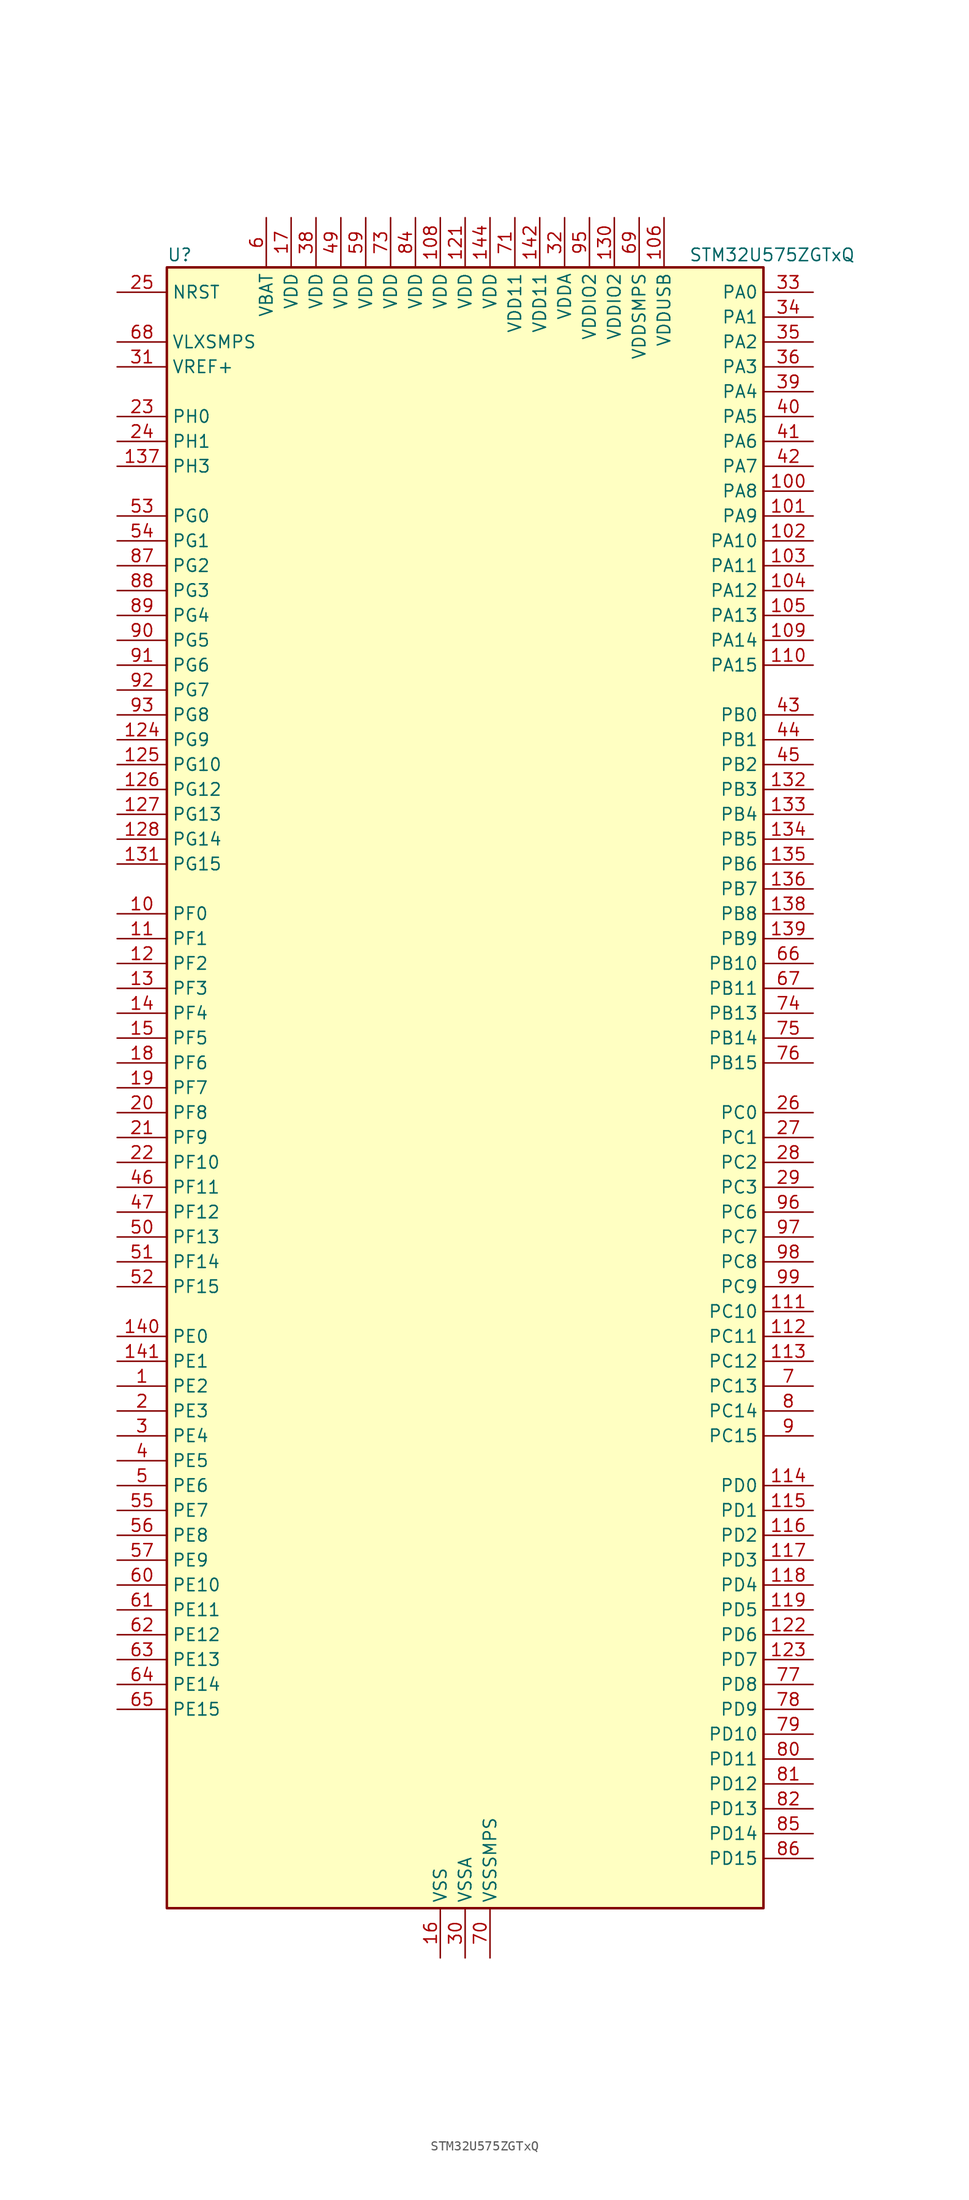
<source format=kicad_sym>
(kicad_symbol_lib
  (version 20220914)
  (generator kicad_symbol_editor)
  (symbol "STM32U575ZGTxQ"
    (property "Reference" "U"
      (at -30.48 85.09 0)
      (effects (font (size 1.27 1.27)) (justify left)))
    (property "Value" "STM32U575ZGTxQ"
      (at 22.86 85.09 0)
      (effects (font (size 1.27 1.27)) (justify left)))
    (property "ki_locked" ""
      (at 0 0 0)
      (effects (font (size 1.27 1.27))))
    (symbol "STM32U575ZGTxQ_0_1"
      (rectangle (start -30.48 -83.82) (end 30.48 83.82) (stroke (width 0.254) (type default)) (fill (type background))))
    (symbol "STM32U575ZGTxQ_1_1"
      (pin bidirectional line (at -35.56 -30.48 0) (length 5.08) (name "PE2" (effects (font (size 1.27 1.27)))) (number "1" (effects (font (size 1.27 1.27)))) (alternate "DEBUG_TRACECLK" bidirectional line) (alternate "FMC_A23" bidirectional line) (alternate "SAI1_CK1" bidirectional line) (alternate "SAI1_MCLK_A" bidirectional line) (alternate "TIM3_ETR" bidirectional line) (alternate "TSC_G7_IO1" bidirectional line))
      (pin bidirectional line (at -35.56 17.78 0) (length 5.08) (name "PF0" (effects (font (size 1.27 1.27)))) (number "10" (effects (font (size 1.27 1.27)))) (alternate "FMC_A0" bidirectional line) (alternate "I2C2_SDA" bidirectional line) (alternate "OCTOSPIM_P2_IO0" bidirectional line))
      (pin bidirectional line (at 35.56 60.96 180) (length 5.08) (name "PA8" (effects (font (size 1.27 1.27)))) (number "100" (effects (font (size 1.27 1.27)))) (alternate "DEBUG_TRACECLK" bidirectional line) (alternate "LPTIM2_CH1" bidirectional line) (alternate "RCC_MCO" bidirectional line) (alternate "SAI1_CK2" bidirectional line) (alternate "SAI1_SCK_A" bidirectional line) (alternate "SPI1_RDY" bidirectional line) (alternate "TIM1_CH1" bidirectional line) (alternate "USART1_CK" bidirectional line) (alternate "USB_OTG_FS_SOF" bidirectional line))
      (pin bidirectional line (at 35.56 58.42 180) (length 5.08) (name "PA9" (effects (font (size 1.27 1.27)))) (number "101" (effects (font (size 1.27 1.27)))) (alternate "DAC1_EXTI9" bidirectional line) (alternate "DCMI_D0" bidirectional line) (alternate "PSSI_D0" bidirectional line) (alternate "SAI1_FS_A" bidirectional line) (alternate "SPI2_SCK" bidirectional line) (alternate "TIM15_BKIN" bidirectional line) (alternate "TIM1_CH2" bidirectional line) (alternate "USART1_TX" bidirectional line) (alternate "USB_OTG_FS_VBUS" bidirectional line))
      (pin bidirectional line (at 35.56 55.88 180) (length 5.08) (name "PA10" (effects (font (size 1.27 1.27)))) (number "102" (effects (font (size 1.27 1.27)))) (alternate "CRS_SYNC" bidirectional line) (alternate "DCMI_D1" bidirectional line) (alternate "LPTIM2_IN2" bidirectional line) (alternate "PSSI_D1" bidirectional line) (alternate "SAI1_D1" bidirectional line) (alternate "SAI1_SD_A" bidirectional line) (alternate "TIM17_BKIN" bidirectional line) (alternate "TIM1_CH3" bidirectional line) (alternate "USART1_RX" bidirectional line) (alternate "USB_OTG_FS_ID" bidirectional line))
      (pin bidirectional line (at 35.56 53.34 180) (length 5.08) (name "PA11" (effects (font (size 1.27 1.27)))) (number "103" (effects (font (size 1.27 1.27)))) (alternate "ADC1_EXTI11" bidirectional line) (alternate "FDCAN1_RX" bidirectional line) (alternate "SPI1_MISO" bidirectional line) (alternate "TIM1_BKIN2" bidirectional line) (alternate "TIM1_CH4" bidirectional line) (alternate "USART1_CTS" bidirectional line) (alternate "USB_OTG_FS_DM" bidirectional line))
      (pin bidirectional line (at 35.56 50.8 180) (length 5.08) (name "PA12" (effects (font (size 1.27 1.27)))) (number "104" (effects (font (size 1.27 1.27)))) (alternate "FDCAN1_TX" bidirectional line) (alternate "OCTOSPIM_P2_NCS" bidirectional line) (alternate "SPI1_MOSI" bidirectional line) (alternate "TIM1_ETR" bidirectional line) (alternate "USART1_DE" bidirectional line) (alternate "USART1_RTS" bidirectional line) (alternate "USB_OTG_FS_DP" bidirectional line))
      (pin bidirectional line (at 35.56 48.26 180) (length 5.08) (name "PA13" (effects (font (size 1.27 1.27)))) (number "105" (effects (font (size 1.27 1.27)))) (alternate "DEBUG_JTMS-SWDIO" bidirectional line) (alternate "IR_OUT" bidirectional line) (alternate "SAI1_SD_B" bidirectional line) (alternate "USB_OTG_FS_NOE" bidirectional line))
      (pin power_in line (at 20.32 88.9 270) (length 5.08) (name "VDDUSB" (effects (font (size 1.27 1.27)))) (number "106" (effects (font (size 1.27 1.27)))))
      (pin passive line (at -2.54 -88.9 90) (length 5.08) hide (name "VSS" (effects (font (size 1.27 1.27)))) (number "107" (effects (font (size 1.27 1.27)))))
      (pin power_in line (at -2.54 88.9 270) (length 5.08) (name "VDD" (effects (font (size 1.27 1.27)))) (number "108" (effects (font (size 1.27 1.27)))))
      (pin bidirectional line (at 35.56 45.72 180) (length 5.08) (name "PA14" (effects (font (size 1.27 1.27)))) (number "109" (effects (font (size 1.27 1.27)))) (alternate "DEBUG_JTCK-SWCLK" bidirectional line) (alternate "I2C1_SMBA" bidirectional line) (alternate "I2C4_SMBA" bidirectional line) (alternate "LPTIM1_CH1" bidirectional line) (alternate "SAI1_FS_B" bidirectional line) (alternate "USB_OTG_FS_SOF" bidirectional line))
      (pin bidirectional line (at -35.56 15.24 0) (length 5.08) (name "PF1" (effects (font (size 1.27 1.27)))) (number "11" (effects (font (size 1.27 1.27)))) (alternate "FMC_A1" bidirectional line) (alternate "I2C2_SCL" bidirectional line) (alternate "OCTOSPIM_P2_IO1" bidirectional line))
      (pin bidirectional line (at 35.56 43.18 180) (length 5.08) (name "PA15" (effects (font (size 1.27 1.27)))) (number "110" (effects (font (size 1.27 1.27)))) (alternate "ADC1_EXTI15" bidirectional line) (alternate "ADC4_EXTI15" bidirectional line) (alternate "DEBUG_JTDI" bidirectional line) (alternate "SAI2_FS_B" bidirectional line) (alternate "SPI1_NSS" bidirectional line) (alternate "SPI3_NSS" bidirectional line) (alternate "TIM2_CH1" bidirectional line) (alternate "TIM2_ETR" bidirectional line) (alternate "UART4_DE" bidirectional line) (alternate "UART4_RTS" bidirectional line) (alternate "UCPD1_CC1" bidirectional line) (alternate "USART2_RX" bidirectional line) (alternate "USART3_DE" bidirectional line) (alternate "USART3_RTS" bidirectional line))
      (pin bidirectional line (at 35.56 -22.86 180) (length 5.08) (name "PC10" (effects (font (size 1.27 1.27)))) (number "111" (effects (font (size 1.27 1.27)))) (alternate "ADF1_CCK1" bidirectional line) (alternate "DCMI_D8" bidirectional line) (alternate "DEBUG_TRACED1" bidirectional line) (alternate "LPTIM3_ETR" bidirectional line) (alternate "PSSI_D8" bidirectional line) (alternate "SAI2_SCK_B" bidirectional line) (alternate "SDMMC1_D2" bidirectional line) (alternate "SPI3_SCK" bidirectional line) (alternate "TSC_G3_IO2" bidirectional line) (alternate "UART4_TX" bidirectional line) (alternate "USART3_TX" bidirectional line))
      (pin bidirectional line (at 35.56 -25.4 180) (length 5.08) (name "PC11" (effects (font (size 1.27 1.27)))) (number "112" (effects (font (size 1.27 1.27)))) (alternate "ADC1_EXTI11" bidirectional line) (alternate "ADF1_SDI0" bidirectional line) (alternate "DCMI_D2" bidirectional line) (alternate "DCMI_D4" bidirectional line) (alternate "LPTIM3_IN1" bidirectional line) (alternate "OCTOSPIM_P1_NCS" bidirectional line) (alternate "PSSI_D2" bidirectional line) (alternate "PSSI_D4" bidirectional line) (alternate "SAI2_MCLK_B" bidirectional line) (alternate "SDMMC1_D3" bidirectional line) (alternate "SPI3_MISO" bidirectional line) (alternate "TSC_G3_IO3" bidirectional line) (alternate "UART4_RX" bidirectional line) (alternate "UCPD1_FRSTX2" bidirectional line) (alternate "USART3_RX" bidirectional line))
      (pin bidirectional line (at 35.56 -27.94 180) (length 5.08) (name "PC12" (effects (font (size 1.27 1.27)))) (number "113" (effects (font (size 1.27 1.27)))) (alternate "DCMI_D9" bidirectional line) (alternate "DEBUG_TRACED3" bidirectional line) (alternate "PSSI_D9" bidirectional line) (alternate "SAI2_SD_B" bidirectional line) (alternate "SDMMC1_CK" bidirectional line) (alternate "SPI3_MOSI" bidirectional line) (alternate "TSC_G3_IO4" bidirectional line) (alternate "UART5_TX" bidirectional line) (alternate "USART3_CK" bidirectional line))
      (pin bidirectional line (at 35.56 -40.64 180) (length 5.08) (name "PD0" (effects (font (size 1.27 1.27)))) (number "114" (effects (font (size 1.27 1.27)))) (alternate "FDCAN1_RX" bidirectional line) (alternate "FMC_D2" bidirectional line) (alternate "FMC_DA2" bidirectional line) (alternate "SPI2_NSS" bidirectional line) (alternate "TIM8_CH4N" bidirectional line))
      (pin bidirectional line (at 35.56 -43.18 180) (length 5.08) (name "PD1" (effects (font (size 1.27 1.27)))) (number "115" (effects (font (size 1.27 1.27)))) (alternate "FDCAN1_TX" bidirectional line) (alternate "FMC_D3" bidirectional line) (alternate "FMC_DA3" bidirectional line) (alternate "SPI2_SCK" bidirectional line))
      (pin bidirectional line (at 35.56 -45.72 180) (length 5.08) (name "PD2" (effects (font (size 1.27 1.27)))) (number "116" (effects (font (size 1.27 1.27)))) (alternate "DCMI_D11" bidirectional line) (alternate "DEBUG_TRACED2" bidirectional line) (alternate "LPTIM4_ETR" bidirectional line) (alternate "PSSI_D11" bidirectional line) (alternate "SDMMC1_CMD" bidirectional line) (alternate "TIM3_ETR" bidirectional line) (alternate "TSC_SYNC" bidirectional line) (alternate "UART5_RX" bidirectional line) (alternate "USART3_DE" bidirectional line) (alternate "USART3_RTS" bidirectional line))
      (pin bidirectional line (at 35.56 -48.26 180) (length 5.08) (name "PD3" (effects (font (size 1.27 1.27)))) (number "117" (effects (font (size 1.27 1.27)))) (alternate "DCMI_D5" bidirectional line) (alternate "FMC_CLK" bidirectional line) (alternate "MDF1_SDI0" bidirectional line) (alternate "OCTOSPIM_P2_NCS" bidirectional line) (alternate "PSSI_D5" bidirectional line) (alternate "SPI2_MISO" bidirectional line) (alternate "SPI2_SCK" bidirectional line) (alternate "USART2_CTS" bidirectional line))
      (pin bidirectional line (at 35.56 -50.8 180) (length 5.08) (name "PD4" (effects (font (size 1.27 1.27)))) (number "118" (effects (font (size 1.27 1.27)))) (alternate "FMC_NOE" bidirectional line) (alternate "MDF1_CKI0" bidirectional line) (alternate "OCTOSPIM_P1_IO4" bidirectional line) (alternate "SPI2_MOSI" bidirectional line) (alternate "USART2_DE" bidirectional line) (alternate "USART2_RTS" bidirectional line))
      (pin bidirectional line (at 35.56 -53.34 180) (length 5.08) (name "PD5" (effects (font (size 1.27 1.27)))) (number "119" (effects (font (size 1.27 1.27)))) (alternate "FMC_NWE" bidirectional line) (alternate "OCTOSPIM_P1_IO5" bidirectional line) (alternate "SPI2_RDY" bidirectional line) (alternate "USART2_TX" bidirectional line))
      (pin bidirectional line (at -35.56 12.7 0) (length 5.08) (name "PF2" (effects (font (size 1.27 1.27)))) (number "12" (effects (font (size 1.27 1.27)))) (alternate "FMC_A2" bidirectional line) (alternate "I2C2_SMBA" bidirectional line) (alternate "LPTIM3_CH2" bidirectional line) (alternate "OCTOSPIM_P2_IO2" bidirectional line) (alternate "PWR_WKUP8" bidirectional line))
      (pin passive line (at -2.54 -88.9 90) (length 5.08) hide (name "VSS" (effects (font (size 1.27 1.27)))) (number "120" (effects (font (size 1.27 1.27)))))
      (pin power_in line (at 0 88.9 270) (length 5.08) (name "VDD" (effects (font (size 1.27 1.27)))) (number "121" (effects (font (size 1.27 1.27)))))
      (pin bidirectional line (at 35.56 -55.88 180) (length 5.08) (name "PD6" (effects (font (size 1.27 1.27)))) (number "122" (effects (font (size 1.27 1.27)))) (alternate "DCMI_D10" bidirectional line) (alternate "FMC_NWAIT" bidirectional line) (alternate "MDF1_SDI1" bidirectional line) (alternate "OCTOSPIM_P1_IO6" bidirectional line) (alternate "PSSI_D10" bidirectional line) (alternate "SAI1_D1" bidirectional line) (alternate "SAI1_SD_A" bidirectional line) (alternate "SDMMC2_CK" bidirectional line) (alternate "SPI3_MOSI" bidirectional line) (alternate "USART2_RX" bidirectional line))
      (pin bidirectional line (at 35.56 -58.42 180) (length 5.08) (name "PD7" (effects (font (size 1.27 1.27)))) (number "123" (effects (font (size 1.27 1.27)))) (alternate "FMC_NCE" bidirectional line) (alternate "FMC_NE1" bidirectional line) (alternate "LPTIM4_OUT" bidirectional line) (alternate "MDF1_CKI1" bidirectional line) (alternate "OCTOSPIM_P1_IO7" bidirectional line) (alternate "SDMMC2_CMD" bidirectional line) (alternate "USART2_CK" bidirectional line))
      (pin bidirectional line (at -35.56 35.56 0) (length 5.08) (name "PG9" (effects (font (size 1.27 1.27)))) (number "124" (effects (font (size 1.27 1.27)))) (alternate "DAC1_EXTI9" bidirectional line) (alternate "FMC_NCE" bidirectional line) (alternate "FMC_NE2" bidirectional line) (alternate "OCTOSPIM_P2_IO6" bidirectional line) (alternate "SAI2_SCK_A" bidirectional line) (alternate "SPI3_SCK" bidirectional line) (alternate "TIM15_CH1N" bidirectional line) (alternate "USART1_TX" bidirectional line))
      (pin bidirectional line (at -35.56 33.02 0) (length 5.08) (name "PG10" (effects (font (size 1.27 1.27)))) (number "125" (effects (font (size 1.27 1.27)))) (alternate "FMC_NE3" bidirectional line) (alternate "LPTIM1_IN1" bidirectional line) (alternate "OCTOSPIM_P2_IO7" bidirectional line) (alternate "SAI2_FS_A" bidirectional line) (alternate "SPI3_MISO" bidirectional line) (alternate "TIM15_CH1" bidirectional line) (alternate "USART1_RX" bidirectional line))
      (pin bidirectional line (at -35.56 30.48 0) (length 5.08) (name "PG12" (effects (font (size 1.27 1.27)))) (number "126" (effects (font (size 1.27 1.27)))) (alternate "FMC_NE4" bidirectional line) (alternate "LPTIM1_ETR" bidirectional line) (alternate "OCTOSPIM_P2_NCS" bidirectional line) (alternate "SAI2_SD_A" bidirectional line) (alternate "SPI3_NSS" bidirectional line) (alternate "USART1_DE" bidirectional line) (alternate "USART1_RTS" bidirectional line))
      (pin bidirectional line (at -35.56 27.94 0) (length 5.08) (name "PG13" (effects (font (size 1.27 1.27)))) (number "127" (effects (font (size 1.27 1.27)))) (alternate "FMC_A24" bidirectional line) (alternate "I2C1_SDA" bidirectional line) (alternate "SPI3_RDY" bidirectional line) (alternate "USART1_CK" bidirectional line))
      (pin bidirectional line (at -35.56 25.4 0) (length 5.08) (name "PG14" (effects (font (size 1.27 1.27)))) (number "128" (effects (font (size 1.27 1.27)))) (alternate "FMC_A25" bidirectional line) (alternate "I2C1_SCL" bidirectional line) (alternate "LPTIM1_CH2" bidirectional line))
      (pin passive line (at -2.54 -88.9 90) (length 5.08) hide (name "VSS" (effects (font (size 1.27 1.27)))) (number "129" (effects (font (size 1.27 1.27)))))
      (pin bidirectional line (at -35.56 10.16 0) (length 5.08) (name "PF3" (effects (font (size 1.27 1.27)))) (number "13" (effects (font (size 1.27 1.27)))) (alternate "FMC_A3" bidirectional line) (alternate "LPTIM3_IN1" bidirectional line) (alternate "OCTOSPIM_P2_IO3" bidirectional line))
      (pin power_in line (at 15.24 88.9 270) (length 5.08) (name "VDDIO2" (effects (font (size 1.27 1.27)))) (number "130" (effects (font (size 1.27 1.27)))))
      (pin bidirectional line (at -35.56 22.86 0) (length 5.08) (name "PG15" (effects (font (size 1.27 1.27)))) (number "131" (effects (font (size 1.27 1.27)))) (alternate "ADC1_EXTI15" bidirectional line) (alternate "ADC4_EXTI15" bidirectional line) (alternate "DCMI_D13" bidirectional line) (alternate "I2C1_SMBA" bidirectional line) (alternate "LPTIM1_CH1" bidirectional line) (alternate "OCTOSPIM_P2_DQS" bidirectional line) (alternate "PSSI_D13" bidirectional line))
      (pin bidirectional line (at 35.56 30.48 180) (length 5.08) (name "PB3" (effects (font (size 1.27 1.27)))) (number "132" (effects (font (size 1.27 1.27)))) (alternate "ADF1_CCK0" bidirectional line) (alternate "COMP2_INM" bidirectional line) (alternate "CRS_SYNC" bidirectional line) (alternate "DEBUG_JTDO-SWO" bidirectional line) (alternate "I2C1_SDA" bidirectional line) (alternate "LPTIM1_CH1" bidirectional line) (alternate "SAI1_SCK_B" bidirectional line) (alternate "SDMMC2_D2" bidirectional line) (alternate "SPI1_SCK" bidirectional line) (alternate "SPI3_SCK" bidirectional line) (alternate "TIM2_CH2" bidirectional line) (alternate "USART1_DE" bidirectional line) (alternate "USART1_RTS" bidirectional line))
      (pin bidirectional line (at 35.56 27.94 180) (length 5.08) (name "PB4" (effects (font (size 1.27 1.27)))) (number "133" (effects (font (size 1.27 1.27)))) (alternate "ADF1_SDI0" bidirectional line) (alternate "COMP2_INP" bidirectional line) (alternate "DCMI_D12" bidirectional line) (alternate "DEBUG_JTRST" bidirectional line) (alternate "I2C3_SDA" bidirectional line) (alternate "LPTIM1_CH2" bidirectional line) (alternate "PSSI_D12" bidirectional line) (alternate "SAI1_MCLK_B" bidirectional line) (alternate "SDMMC2_D3" bidirectional line) (alternate "SPI1_MISO" bidirectional line) (alternate "SPI3_MISO" bidirectional line) (alternate "TIM17_BKIN" bidirectional line) (alternate "TIM3_CH1" bidirectional line) (alternate "TSC_G2_IO1" bidirectional line) (alternate "UART5_DE" bidirectional line) (alternate "UART5_RTS" bidirectional line) (alternate "USART1_CTS" bidirectional line))
      (pin bidirectional line (at 35.56 25.4 180) (length 5.08) (name "PB5" (effects (font (size 1.27 1.27)))) (number "134" (effects (font (size 1.27 1.27)))) (alternate "COMP2_OUT" bidirectional line) (alternate "DCMI_D10" bidirectional line) (alternate "I2C1_SMBA" bidirectional line) (alternate "LPTIM1_IN1" bidirectional line) (alternate "OCTOSPIM_P1_NCLK" bidirectional line) (alternate "PSSI_D10" bidirectional line) (alternate "PWR_WKUP6" bidirectional line) (alternate "SAI1_SD_B" bidirectional line) (alternate "SPI1_MOSI" bidirectional line) (alternate "SPI3_MOSI" bidirectional line) (alternate "TIM16_BKIN" bidirectional line) (alternate "TIM3_CH2" bidirectional line) (alternate "TSC_G2_IO2" bidirectional line) (alternate "UART5_CTS" bidirectional line) (alternate "UCPD1_DBCC1" bidirectional line) (alternate "USART1_CK" bidirectional line))
      (pin bidirectional line (at 35.56 22.86 180) (length 5.08) (name "PB6" (effects (font (size 1.27 1.27)))) (number "135" (effects (font (size 1.27 1.27)))) (alternate "COMP2_INP" bidirectional line) (alternate "DCMI_D5" bidirectional line) (alternate "I2C1_SCL" bidirectional line) (alternate "I2C4_SCL" bidirectional line) (alternate "LPTIM1_ETR" bidirectional line) (alternate "MDF1_SDI5" bidirectional line) (alternate "PSSI_D5" bidirectional line) (alternate "PWR_WKUP3" bidirectional line) (alternate "SAI1_FS_B" bidirectional line) (alternate "TIM16_CH1N" bidirectional line) (alternate "TIM4_CH1" bidirectional line) (alternate "TIM8_BKIN2" bidirectional line) (alternate "TSC_G2_IO3" bidirectional line) (alternate "USART1_TX" bidirectional line))
      (pin bidirectional line (at 35.56 20.32 180) (length 5.08) (name "PB7" (effects (font (size 1.27 1.27)))) (number "136" (effects (font (size 1.27 1.27)))) (alternate "COMP2_INM" bidirectional line) (alternate "DCMI_VSYNC" bidirectional line) (alternate "FMC_NL" bidirectional line) (alternate "I2C1_SDA" bidirectional line) (alternate "I2C4_SDA" bidirectional line) (alternate "LPTIM1_IN2" bidirectional line) (alternate "MDF1_CKI5" bidirectional line) (alternate "PSSI_RDY" bidirectional line) (alternate "PWR_PVD_IN" bidirectional line) (alternate "PWR_WKUP4" bidirectional line) (alternate "TIM17_CH1N" bidirectional line) (alternate "TIM4_CH2" bidirectional line) (alternate "TIM8_BKIN" bidirectional line) (alternate "TSC_G2_IO4" bidirectional line) (alternate "UART4_CTS" bidirectional line) (alternate "USART1_RX" bidirectional line))
      (pin bidirectional line (at -35.56 63.5 0) (length 5.08) (name "PH3" (effects (font (size 1.27 1.27)))) (number "137" (effects (font (size 1.27 1.27)))))
      (pin bidirectional line (at 35.56 17.78 180) (length 5.08) (name "PB8" (effects (font (size 1.27 1.27)))) (number "138" (effects (font (size 1.27 1.27)))) (alternate "DCMI_D6" bidirectional line) (alternate "FDCAN1_RX" bidirectional line) (alternate "I2C1_SCL" bidirectional line) (alternate "MDF1_CCK0" bidirectional line) (alternate "PSSI_D6" bidirectional line) (alternate "PWR_WKUP5" bidirectional line) (alternate "SAI1_CK1" bidirectional line) (alternate "SAI1_MCLK_A" bidirectional line) (alternate "SDMMC1_CKIN" bidirectional line) (alternate "SDMMC1_D4" bidirectional line) (alternate "SDMMC2_D4" bidirectional line) (alternate "SPI3_RDY" bidirectional line) (alternate "TIM16_CH1" bidirectional line) (alternate "TIM4_CH3" bidirectional line))
      (pin bidirectional line (at 35.56 15.24 180) (length 5.08) (name "PB9" (effects (font (size 1.27 1.27)))) (number "139" (effects (font (size 1.27 1.27)))) (alternate "DAC1_EXTI9" bidirectional line) (alternate "DCMI_D7" bidirectional line) (alternate "FDCAN1_TX" bidirectional line) (alternate "I2C1_SDA" bidirectional line) (alternate "IR_OUT" bidirectional line) (alternate "PSSI_D7" bidirectional line) (alternate "SAI1_D2" bidirectional line) (alternate "SAI1_FS_A" bidirectional line) (alternate "SDMMC1_CDIR" bidirectional line) (alternate "SDMMC1_D5" bidirectional line) (alternate "SDMMC2_D5" bidirectional line) (alternate "SPI2_NSS" bidirectional line) (alternate "TIM17_CH1" bidirectional line) (alternate "TIM4_CH4" bidirectional line))
      (pin bidirectional line (at -35.56 7.62 0) (length 5.08) (name "PF4" (effects (font (size 1.27 1.27)))) (number "14" (effects (font (size 1.27 1.27)))) (alternate "FMC_A4" bidirectional line) (alternate "LPTIM3_ETR" bidirectional line) (alternate "OCTOSPIM_P2_CLK" bidirectional line))
      (pin bidirectional line (at -35.56 -25.4 0) (length 5.08) (name "PE0" (effects (font (size 1.27 1.27)))) (number "140" (effects (font (size 1.27 1.27)))) (alternate "DCMI_D2" bidirectional line) (alternate "FMC_NBL0" bidirectional line) (alternate "PSSI_D2" bidirectional line) (alternate "TIM16_CH1" bidirectional line) (alternate "TIM4_ETR" bidirectional line))
      (pin bidirectional line (at -35.56 -27.94 0) (length 5.08) (name "PE1" (effects (font (size 1.27 1.27)))) (number "141" (effects (font (size 1.27 1.27)))) (alternate "DCMI_D3" bidirectional line) (alternate "FMC_NBL1" bidirectional line) (alternate "PSSI_D3" bidirectional line) (alternate "TIM17_CH1" bidirectional line))
      (pin power_in line (at 7.62 88.9 270) (length 5.08) (name "VDD11" (effects (font (size 1.27 1.27)))) (number "142" (effects (font (size 1.27 1.27)))))
      (pin passive line (at -2.54 -88.9 90) (length 5.08) hide (name "VSS" (effects (font (size 1.27 1.27)))) (number "143" (effects (font (size 1.27 1.27)))))
      (pin power_in line (at 2.54 88.9 270) (length 5.08) (name "VDD" (effects (font (size 1.27 1.27)))) (number "144" (effects (font (size 1.27 1.27)))))
      (pin bidirectional line (at -35.56 5.08 0) (length 5.08) (name "PF5" (effects (font (size 1.27 1.27)))) (number "15" (effects (font (size 1.27 1.27)))) (alternate "FMC_A5" bidirectional line) (alternate "LPTIM3_CH1" bidirectional line) (alternate "OCTOSPIM_P2_NCLK" bidirectional line))
      (pin power_in line (at -2.54 -88.9 90) (length 5.08) (name "VSS" (effects (font (size 1.27 1.27)))) (number "16" (effects (font (size 1.27 1.27)))))
      (pin power_in line (at -17.78 88.9 270) (length 5.08) (name "VDD" (effects (font (size 1.27 1.27)))) (number "17" (effects (font (size 1.27 1.27)))))
      (pin bidirectional line (at -35.56 2.54 0) (length 5.08) (name "PF6" (effects (font (size 1.27 1.27)))) (number "18" (effects (font (size 1.27 1.27)))) (alternate "DCMI_D12" bidirectional line) (alternate "OCTOSPIM_P1_IO3" bidirectional line) (alternate "OCTOSPIM_P2_NCS" bidirectional line) (alternate "PSSI_D12" bidirectional line) (alternate "SAI1_SD_B" bidirectional line) (alternate "TIM5_CH1" bidirectional line) (alternate "TIM5_ETR" bidirectional line))
      (pin bidirectional line (at -35.56 0 0) (length 5.08) (name "PF7" (effects (font (size 1.27 1.27)))) (number "19" (effects (font (size 1.27 1.27)))) (alternate "FDCAN1_RX" bidirectional line) (alternate "OCTOSPIM_P1_IO2" bidirectional line) (alternate "SAI1_MCLK_B" bidirectional line) (alternate "TIM5_CH2" bidirectional line))
      (pin bidirectional line (at -35.56 -33.02 0) (length 5.08) (name "PE3" (effects (font (size 1.27 1.27)))) (number "2" (effects (font (size 1.27 1.27)))) (alternate "DEBUG_TRACED0" bidirectional line) (alternate "FMC_A19" bidirectional line) (alternate "OCTOSPIM_P1_DQS" bidirectional line) (alternate "SAI1_SD_B" bidirectional line) (alternate "TAMP_IN6" bidirectional line) (alternate "TAMP_OUT3" bidirectional line) (alternate "TIM3_CH1" bidirectional line) (alternate "TSC_G7_IO2" bidirectional line))
      (pin bidirectional line (at -35.56 -2.54 0) (length 5.08) (name "PF8" (effects (font (size 1.27 1.27)))) (number "20" (effects (font (size 1.27 1.27)))) (alternate "FDCAN1_TX" bidirectional line) (alternate "OCTOSPIM_P1_IO0" bidirectional line) (alternate "PSSI_D14" bidirectional line) (alternate "SAI1_SCK_B" bidirectional line) (alternate "TIM5_CH3" bidirectional line))
      (pin bidirectional line (at -35.56 -5.08 0) (length 5.08) (name "PF9" (effects (font (size 1.27 1.27)))) (number "21" (effects (font (size 1.27 1.27)))) (alternate "DAC1_EXTI9" bidirectional line) (alternate "OCTOSPIM_P1_IO1" bidirectional line) (alternate "PSSI_D15" bidirectional line) (alternate "SAI1_FS_B" bidirectional line) (alternate "TIM15_CH1" bidirectional line) (alternate "TIM5_CH4" bidirectional line))
      (pin bidirectional line (at -35.56 -7.62 0) (length 5.08) (name "PF10" (effects (font (size 1.27 1.27)))) (number "22" (effects (font (size 1.27 1.27)))) (alternate "DCMI_D11" bidirectional line) (alternate "MDF1_CCK1" bidirectional line) (alternate "OCTOSPIM_P1_CLK" bidirectional line) (alternate "PSSI_D11" bidirectional line) (alternate "PSSI_D15" bidirectional line) (alternate "SAI1_D3" bidirectional line) (alternate "TIM15_CH2" bidirectional line))
      (pin bidirectional line (at -35.56 68.58 0) (length 5.08) (name "PH0" (effects (font (size 1.27 1.27)))) (number "23" (effects (font (size 1.27 1.27)))) (alternate "RCC_OSC_IN" bidirectional line))
      (pin bidirectional line (at -35.56 66.04 0) (length 5.08) (name "PH1" (effects (font (size 1.27 1.27)))) (number "24" (effects (font (size 1.27 1.27)))) (alternate "RCC_OSC_OUT" bidirectional line))
      (pin input line (at -35.56 81.28 0) (length 5.08) (name "NRST" (effects (font (size 1.27 1.27)))) (number "25" (effects (font (size 1.27 1.27)))))
      (pin bidirectional line (at 35.56 -2.54 180) (length 5.08) (name "PC0" (effects (font (size 1.27 1.27)))) (number "26" (effects (font (size 1.27 1.27)))) (alternate "ADC1_IN1" bidirectional line) (alternate "ADC4_IN1" bidirectional line) (alternate "I2C3_SCL" bidirectional line) (alternate "LPTIM1_IN1" bidirectional line) (alternate "LPTIM2_IN1" bidirectional line) (alternate "LPUART1_RX" bidirectional line) (alternate "MDF1_SDI4" bidirectional line) (alternate "OCTOSPIM_P1_IO7" bidirectional line) (alternate "SAI2_FS_A" bidirectional line) (alternate "SDMMC1_D5" bidirectional line) (alternate "SPI2_RDY" bidirectional line))
      (pin bidirectional line (at 35.56 -5.08 180) (length 5.08) (name "PC1" (effects (font (size 1.27 1.27)))) (number "27" (effects (font (size 1.27 1.27)))) (alternate "ADC1_IN2" bidirectional line) (alternate "ADC4_IN2" bidirectional line) (alternate "DEBUG_TRACED0" bidirectional line) (alternate "I2C3_SDA" bidirectional line) (alternate "LPTIM1_CH1" bidirectional line) (alternate "LPUART1_TX" bidirectional line) (alternate "MDF1_CKI4" bidirectional line) (alternate "OCTOSPIM_P1_IO4" bidirectional line) (alternate "SAI1_SD_A" bidirectional line) (alternate "SDMMC2_CK" bidirectional line) (alternate "SPI2_MOSI" bidirectional line))
      (pin bidirectional line (at 35.56 -7.62 180) (length 5.08) (name "PC2" (effects (font (size 1.27 1.27)))) (number "28" (effects (font (size 1.27 1.27)))) (alternate "ADC1_IN3" bidirectional line) (alternate "ADC4_IN3" bidirectional line) (alternate "LPTIM1_IN2" bidirectional line) (alternate "MDF1_CCK1" bidirectional line) (alternate "OCTOSPIM_P1_IO5" bidirectional line) (alternate "SPI2_MISO" bidirectional line))
      (pin bidirectional line (at 35.56 -10.16 180) (length 5.08) (name "PC3" (effects (font (size 1.27 1.27)))) (number "29" (effects (font (size 1.27 1.27)))) (alternate "ADC1_IN4" bidirectional line) (alternate "ADC4_IN4" bidirectional line) (alternate "LPTIM1_ETR" bidirectional line) (alternate "LPTIM2_ETR" bidirectional line) (alternate "LPTIM3_CH1" bidirectional line) (alternate "OCTOSPIM_P1_IO6" bidirectional line) (alternate "SAI1_D1" bidirectional line) (alternate "SAI1_SD_A" bidirectional line) (alternate "SPI2_MOSI" bidirectional line))
      (pin bidirectional line (at -35.56 -35.56 0) (length 5.08) (name "PE4" (effects (font (size 1.27 1.27)))) (number "3" (effects (font (size 1.27 1.27)))) (alternate "DCMI_D4" bidirectional line) (alternate "DEBUG_TRACED1" bidirectional line) (alternate "FMC_A20" bidirectional line) (alternate "MDF1_SDI3" bidirectional line) (alternate "PSSI_D4" bidirectional line) (alternate "PWR_WKUP1" bidirectional line) (alternate "SAI1_D2" bidirectional line) (alternate "SAI1_FS_A" bidirectional line) (alternate "TAMP_IN7" bidirectional line) (alternate "TAMP_OUT8" bidirectional line) (alternate "TIM3_CH2" bidirectional line) (alternate "TSC_G7_IO3" bidirectional line))
      (pin power_in line (at 0 -88.9 90) (length 5.08) (name "VSSA" (effects (font (size 1.27 1.27)))) (number "30" (effects (font (size 1.27 1.27)))))
      (pin input line (at -35.56 73.66 0) (length 5.08) (name "VREF+" (effects (font (size 1.27 1.27)))) (number "31" (effects (font (size 1.27 1.27)))) (alternate "VREFBUF_OUT" bidirectional line))
      (pin power_in line (at 10.16 88.9 270) (length 5.08) (name "VDDA" (effects (font (size 1.27 1.27)))) (number "32" (effects (font (size 1.27 1.27)))))
      (pin bidirectional line (at 35.56 81.28 180) (length 5.08) (name "PA0" (effects (font (size 1.27 1.27)))) (number "33" (effects (font (size 1.27 1.27)))) (alternate "ADC1_IN5" bidirectional line) (alternate "AUDIOCLK" bidirectional line) (alternate "OCTOSPIM_P2_NCS" bidirectional line) (alternate "OPAMP1_VINP" bidirectional line) (alternate "PWR_WKUP1" bidirectional line) (alternate "SDMMC2_CMD" bidirectional line) (alternate "SPI3_RDY" bidirectional line) (alternate "TAMP_IN2" bidirectional line) (alternate "TAMP_OUT1" bidirectional line) (alternate "TIM2_CH1" bidirectional line) (alternate "TIM2_ETR" bidirectional line) (alternate "TIM5_CH1" bidirectional line) (alternate "TIM8_ETR" bidirectional line) (alternate "UART4_TX" bidirectional line) (alternate "USART2_CTS" bidirectional line))
      (pin bidirectional line (at 35.56 78.74 180) (length 5.08) (name "PA1" (effects (font (size 1.27 1.27)))) (number "34" (effects (font (size 1.27 1.27)))) (alternate "ADC1_IN6" bidirectional line) (alternate "I2C1_SMBA" bidirectional line) (alternate "LPTIM1_CH2" bidirectional line) (alternate "OCTOSPIM_P1_DQS" bidirectional line) (alternate "OPAMP1_VINM" bidirectional line) (alternate "PWR_WKUP3" bidirectional line) (alternate "SPI1_SCK" bidirectional line) (alternate "TAMP_IN5" bidirectional line) (alternate "TAMP_OUT4" bidirectional line) (alternate "TIM15_CH1N" bidirectional line) (alternate "TIM2_CH2" bidirectional line) (alternate "TIM5_CH2" bidirectional line) (alternate "UART4_RX" bidirectional line) (alternate "USART2_DE" bidirectional line) (alternate "USART2_RTS" bidirectional line))
      (pin bidirectional line (at 35.56 76.2 180) (length 5.08) (name "PA2" (effects (font (size 1.27 1.27)))) (number "35" (effects (font (size 1.27 1.27)))) (alternate "ADC1_IN7" bidirectional line) (alternate "COMP1_INP" bidirectional line) (alternate "LPUART1_TX" bidirectional line) (alternate "OCTOSPIM_P1_NCS" bidirectional line) (alternate "PWR_WKUP4" bidirectional line) (alternate "RCC_LSCO" bidirectional line) (alternate "SPI1_RDY" bidirectional line) (alternate "TIM15_CH1" bidirectional line) (alternate "TIM2_CH3" bidirectional line) (alternate "TIM5_CH3" bidirectional line) (alternate "UCPD1_FRSTX1" bidirectional line) (alternate "USART2_TX" bidirectional line))
      (pin bidirectional line (at 35.56 73.66 180) (length 5.08) (name "PA3" (effects (font (size 1.27 1.27)))) (number "36" (effects (font (size 1.27 1.27)))) (alternate "ADC1_IN8" bidirectional line) (alternate "LPUART1_RX" bidirectional line) (alternate "OCTOSPIM_P1_CLK" bidirectional line) (alternate "OPAMP1_VOUT" bidirectional line) (alternate "PWR_WKUP5" bidirectional line) (alternate "SAI1_CK1" bidirectional line) (alternate "SAI1_MCLK_A" bidirectional line) (alternate "TIM15_CH2" bidirectional line) (alternate "TIM2_CH4" bidirectional line) (alternate "TIM5_CH4" bidirectional line) (alternate "USART2_RX" bidirectional line))
      (pin passive line (at -2.54 -88.9 90) (length 5.08) hide (name "VSS" (effects (font (size 1.27 1.27)))) (number "37" (effects (font (size 1.27 1.27)))))
      (pin power_in line (at -15.24 88.9 270) (length 5.08) (name "VDD" (effects (font (size 1.27 1.27)))) (number "38" (effects (font (size 1.27 1.27)))))
      (pin bidirectional line (at 35.56 71.12 180) (length 5.08) (name "PA4" (effects (font (size 1.27 1.27)))) (number "39" (effects (font (size 1.27 1.27)))) (alternate "ADC1_IN9" bidirectional line) (alternate "ADC4_IN9" bidirectional line) (alternate "DAC1_OUT1" bidirectional line) (alternate "DCMI_HSYNC" bidirectional line) (alternate "LPTIM2_CH1" bidirectional line) (alternate "OCTOSPIM_P1_NCS" bidirectional line) (alternate "PSSI_DE" bidirectional line) (alternate "PWR_WKUP2" bidirectional line) (alternate "SAI1_FS_B" bidirectional line) (alternate "SPI1_NSS" bidirectional line) (alternate "SPI3_NSS" bidirectional line) (alternate "USART2_CK" bidirectional line))
      (pin bidirectional line (at -35.56 -38.1 0) (length 5.08) (name "PE5" (effects (font (size 1.27 1.27)))) (number "4" (effects (font (size 1.27 1.27)))) (alternate "DCMI_D6" bidirectional line) (alternate "DEBUG_TRACED2" bidirectional line) (alternate "FMC_A21" bidirectional line) (alternate "MDF1_CKI3" bidirectional line) (alternate "PSSI_D6" bidirectional line) (alternate "PWR_WKUP2" bidirectional line) (alternate "SAI1_CK2" bidirectional line) (alternate "SAI1_SCK_A" bidirectional line) (alternate "TAMP_IN8" bidirectional line) (alternate "TAMP_OUT7" bidirectional line) (alternate "TIM3_CH3" bidirectional line) (alternate "TSC_G7_IO4" bidirectional line))
      (pin bidirectional line (at 35.56 68.58 180) (length 5.08) (name "PA5" (effects (font (size 1.27 1.27)))) (number "40" (effects (font (size 1.27 1.27)))) (alternate "ADC1_IN10" bidirectional line) (alternate "ADC4_IN10" bidirectional line) (alternate "DAC1_OUT2" bidirectional line) (alternate "LPTIM2_ETR" bidirectional line) (alternate "PSSI_D14" bidirectional line) (alternate "PWR_CSLEEP" bidirectional line) (alternate "PWR_WKUP6" bidirectional line) (alternate "SPI1_SCK" bidirectional line) (alternate "TIM2_CH1" bidirectional line) (alternate "TIM2_ETR" bidirectional line) (alternate "TIM8_CH1N" bidirectional line) (alternate "USART3_RX" bidirectional line))
      (pin bidirectional line (at 35.56 66.04 180) (length 5.08) (name "PA6" (effects (font (size 1.27 1.27)))) (number "41" (effects (font (size 1.27 1.27)))) (alternate "ADC1_IN11" bidirectional line) (alternate "ADC4_IN11" bidirectional line) (alternate "DCMI_PIXCLK" bidirectional line) (alternate "LPUART1_CTS" bidirectional line) (alternate "OCTOSPIM_P1_IO3" bidirectional line) (alternate "OPAMP2_VINP" bidirectional line) (alternate "PSSI_PDCK" bidirectional line) (alternate "PWR_CDSTOP" bidirectional line) (alternate "PWR_WKUP7" bidirectional line) (alternate "SPI1_MISO" bidirectional line) (alternate "TIM16_CH1" bidirectional line) (alternate "TIM1_BKIN" bidirectional line) (alternate "TIM3_CH1" bidirectional line) (alternate "TIM8_BKIN" bidirectional line) (alternate "USART3_CTS" bidirectional line))
      (pin bidirectional line (at 35.56 63.5 180) (length 5.08) (name "PA7" (effects (font (size 1.27 1.27)))) (number "42" (effects (font (size 1.27 1.27)))) (alternate "ADC1_IN12" bidirectional line) (alternate "ADC4_IN20" bidirectional line) (alternate "I2C3_SCL" bidirectional line) (alternate "LPTIM2_CH2" bidirectional line) (alternate "OCTOSPIM_P1_IO2" bidirectional line) (alternate "OPAMP2_VINM" bidirectional line) (alternate "PWR_SRDSTOP" bidirectional line) (alternate "PWR_WKUP8" bidirectional line) (alternate "SPI1_MOSI" bidirectional line) (alternate "TIM17_CH1" bidirectional line) (alternate "TIM1_CH1N" bidirectional line) (alternate "TIM3_CH2" bidirectional line) (alternate "TIM8_CH1N" bidirectional line) (alternate "USART3_TX" bidirectional line))
      (pin bidirectional line (at 35.56 38.1 180) (length 5.08) (name "PB0" (effects (font (size 1.27 1.27)))) (number "43" (effects (font (size 1.27 1.27)))) (alternate "ADC1_IN15" bidirectional line) (alternate "ADC4_IN18" bidirectional line) (alternate "AUDIOCLK" bidirectional line) (alternate "COMP1_OUT" bidirectional line) (alternate "LPTIM3_CH1" bidirectional line) (alternate "OCTOSPIM_P1_IO1" bidirectional line) (alternate "OPAMP2_VOUT" bidirectional line) (alternate "SPI1_NSS" bidirectional line) (alternate "TIM1_CH2N" bidirectional line) (alternate "TIM3_CH3" bidirectional line) (alternate "TIM8_CH2N" bidirectional line) (alternate "USART3_CK" bidirectional line))
      (pin bidirectional line (at 35.56 35.56 180) (length 5.08) (name "PB1" (effects (font (size 1.27 1.27)))) (number "44" (effects (font (size 1.27 1.27)))) (alternate "ADC1_IN16" bidirectional line) (alternate "ADC4_IN19" bidirectional line) (alternate "COMP1_INM" bidirectional line) (alternate "LPTIM2_IN1" bidirectional line) (alternate "LPTIM3_CH2" bidirectional line) (alternate "LPUART1_DE" bidirectional line) (alternate "LPUART1_RTS" bidirectional line) (alternate "MDF1_SDI0" bidirectional line) (alternate "OCTOSPIM_P1_IO0" bidirectional line) (alternate "PWR_WKUP4" bidirectional line) (alternate "TIM1_CH3N" bidirectional line) (alternate "TIM3_CH4" bidirectional line) (alternate "TIM8_CH3N" bidirectional line) (alternate "USART3_DE" bidirectional line) (alternate "USART3_RTS" bidirectional line))
      (pin bidirectional line (at 35.56 33.02 180) (length 5.08) (name "PB2" (effects (font (size 1.27 1.27)))) (number "45" (effects (font (size 1.27 1.27)))) (alternate "ADC1_IN17" bidirectional line) (alternate "COMP1_INP" bidirectional line) (alternate "I2C3_SMBA" bidirectional line) (alternate "LPTIM1_CH1" bidirectional line) (alternate "MDF1_CKI0" bidirectional line) (alternate "OCTOSPIM_P1_DQS" bidirectional line) (alternate "PWR_WKUP1" bidirectional line) (alternate "RTC_OUT2" bidirectional line) (alternate "SPI1_RDY" bidirectional line) (alternate "TIM8_CH4N" bidirectional line) (alternate "UCPD1_FRSTX1" bidirectional line))
      (pin bidirectional line (at -35.56 -10.16 0) (length 5.08) (name "PF11" (effects (font (size 1.27 1.27)))) (number "46" (effects (font (size 1.27 1.27)))) (alternate "ADC1_EXTI11" bidirectional line) (alternate "DCMI_D12" bidirectional line) (alternate "LPTIM4_IN1" bidirectional line) (alternate "OCTOSPIM_P1_NCLK" bidirectional line) (alternate "PSSI_D12" bidirectional line))
      (pin bidirectional line (at -35.56 -12.7 0) (length 5.08) (name "PF12" (effects (font (size 1.27 1.27)))) (number "47" (effects (font (size 1.27 1.27)))) (alternate "FMC_A6" bidirectional line) (alternate "LPTIM4_ETR" bidirectional line) (alternate "OCTOSPIM_P2_DQS" bidirectional line))
      (pin passive line (at -2.54 -88.9 90) (length 5.08) hide (name "VSS" (effects (font (size 1.27 1.27)))) (number "48" (effects (font (size 1.27 1.27)))))
      (pin power_in line (at -12.7 88.9 270) (length 5.08) (name "VDD" (effects (font (size 1.27 1.27)))) (number "49" (effects (font (size 1.27 1.27)))))
      (pin bidirectional line (at -35.56 -40.64 0) (length 5.08) (name "PE6" (effects (font (size 1.27 1.27)))) (number "5" (effects (font (size 1.27 1.27)))) (alternate "DCMI_D7" bidirectional line) (alternate "DEBUG_TRACED3" bidirectional line) (alternate "FMC_A22" bidirectional line) (alternate "PSSI_D7" bidirectional line) (alternate "PWR_WKUP3" bidirectional line) (alternate "SAI1_D1" bidirectional line) (alternate "SAI1_SD_A" bidirectional line) (alternate "TAMP_IN3" bidirectional line) (alternate "TAMP_OUT6" bidirectional line) (alternate "TIM3_CH4" bidirectional line))
      (pin bidirectional line (at -35.56 -15.24 0) (length 5.08) (name "PF13" (effects (font (size 1.27 1.27)))) (number "50" (effects (font (size 1.27 1.27)))) (alternate "FMC_A7" bidirectional line) (alternate "I2C4_SMBA" bidirectional line) (alternate "LPTIM4_OUT" bidirectional line) (alternate "UCPD1_FRSTX2" bidirectional line))
      (pin bidirectional line (at -35.56 -17.78 0) (length 5.08) (name "PF14" (effects (font (size 1.27 1.27)))) (number "51" (effects (font (size 1.27 1.27)))) (alternate "ADC4_IN5" bidirectional line) (alternate "FMC_A8" bidirectional line) (alternate "I2C4_SCL" bidirectional line) (alternate "TSC_G8_IO1" bidirectional line))
      (pin bidirectional line (at -35.56 -20.32 0) (length 5.08) (name "PF15" (effects (font (size 1.27 1.27)))) (number "52" (effects (font (size 1.27 1.27)))) (alternate "ADC1_EXTI15" bidirectional line) (alternate "ADC4_EXTI15" bidirectional line) (alternate "ADC4_IN6" bidirectional line) (alternate "FMC_A9" bidirectional line) (alternate "I2C4_SDA" bidirectional line) (alternate "TSC_G8_IO2" bidirectional line))
      (pin bidirectional line (at -35.56 58.42 0) (length 5.08) (name "PG0" (effects (font (size 1.27 1.27)))) (number "53" (effects (font (size 1.27 1.27)))) (alternate "ADC4_IN7" bidirectional line) (alternate "FMC_A10" bidirectional line) (alternate "OCTOSPIM_P2_IO4" bidirectional line) (alternate "TSC_G8_IO3" bidirectional line))
      (pin bidirectional line (at -35.56 55.88 0) (length 5.08) (name "PG1" (effects (font (size 1.27 1.27)))) (number "54" (effects (font (size 1.27 1.27)))) (alternate "ADC4_IN8" bidirectional line) (alternate "FMC_A11" bidirectional line) (alternate "OCTOSPIM_P2_IO5" bidirectional line) (alternate "TSC_G8_IO4" bidirectional line))
      (pin bidirectional line (at -35.56 -43.18 0) (length 5.08) (name "PE7" (effects (font (size 1.27 1.27)))) (number "55" (effects (font (size 1.27 1.27)))) (alternate "FMC_D4" bidirectional line) (alternate "FMC_DA4" bidirectional line) (alternate "MDF1_SDI2" bidirectional line) (alternate "PWR_WKUP6" bidirectional line) (alternate "SAI1_SD_B" bidirectional line) (alternate "TIM1_ETR" bidirectional line))
      (pin bidirectional line (at -35.56 -45.72 0) (length 5.08) (name "PE8" (effects (font (size 1.27 1.27)))) (number "56" (effects (font (size 1.27 1.27)))) (alternate "FMC_D5" bidirectional line) (alternate "FMC_DA5" bidirectional line) (alternate "MDF1_CKI2" bidirectional line) (alternate "PWR_WKUP7" bidirectional line) (alternate "SAI1_SCK_B" bidirectional line) (alternate "TIM1_CH1N" bidirectional line))
      (pin bidirectional line (at -35.56 -48.26 0) (length 5.08) (name "PE9" (effects (font (size 1.27 1.27)))) (number "57" (effects (font (size 1.27 1.27)))) (alternate "ADF1_CCK0" bidirectional line) (alternate "DAC1_EXTI9" bidirectional line) (alternate "FMC_D6" bidirectional line) (alternate "FMC_DA6" bidirectional line) (alternate "MDF1_CCK0" bidirectional line) (alternate "OCTOSPIM_P1_NCLK" bidirectional line) (alternate "SAI1_FS_B" bidirectional line) (alternate "TIM1_CH1" bidirectional line))
      (pin passive line (at -2.54 -88.9 90) (length 5.08) hide (name "VSS" (effects (font (size 1.27 1.27)))) (number "58" (effects (font (size 1.27 1.27)))))
      (pin power_in line (at -10.16 88.9 270) (length 5.08) (name "VDD" (effects (font (size 1.27 1.27)))) (number "59" (effects (font (size 1.27 1.27)))))
      (pin power_in line (at -20.32 88.9 270) (length 5.08) (name "VBAT" (effects (font (size 1.27 1.27)))) (number "6" (effects (font (size 1.27 1.27)))))
      (pin bidirectional line (at -35.56 -50.8 0) (length 5.08) (name "PE10" (effects (font (size 1.27 1.27)))) (number "60" (effects (font (size 1.27 1.27)))) (alternate "ADF1_SDI0" bidirectional line) (alternate "FMC_D7" bidirectional line) (alternate "FMC_DA7" bidirectional line) (alternate "MDF1_SDI4" bidirectional line) (alternate "OCTOSPIM_P1_CLK" bidirectional line) (alternate "SAI1_MCLK_B" bidirectional line) (alternate "TIM1_CH2N" bidirectional line) (alternate "TSC_G5_IO1" bidirectional line))
      (pin bidirectional line (at -35.56 -53.34 0) (length 5.08) (name "PE11" (effects (font (size 1.27 1.27)))) (number "61" (effects (font (size 1.27 1.27)))) (alternate "ADC1_EXTI11" bidirectional line) (alternate "FMC_D8" bidirectional line) (alternate "FMC_DA8" bidirectional line) (alternate "MDF1_CKI4" bidirectional line) (alternate "OCTOSPIM_P1_NCS" bidirectional line) (alternate "SPI1_RDY" bidirectional line) (alternate "TIM1_CH2" bidirectional line) (alternate "TSC_G5_IO2" bidirectional line))
      (pin bidirectional line (at -35.56 -55.88 0) (length 5.08) (name "PE12" (effects (font (size 1.27 1.27)))) (number "62" (effects (font (size 1.27 1.27)))) (alternate "FMC_D9" bidirectional line) (alternate "FMC_DA9" bidirectional line) (alternate "MDF1_SDI5" bidirectional line) (alternate "OCTOSPIM_P1_IO0" bidirectional line) (alternate "SPI1_NSS" bidirectional line) (alternate "TIM1_CH3N" bidirectional line) (alternate "TSC_G5_IO3" bidirectional line))
      (pin bidirectional line (at -35.56 -58.42 0) (length 5.08) (name "PE13" (effects (font (size 1.27 1.27)))) (number "63" (effects (font (size 1.27 1.27)))) (alternate "FMC_D10" bidirectional line) (alternate "FMC_DA10" bidirectional line) (alternate "MDF1_CKI5" bidirectional line) (alternate "OCTOSPIM_P1_IO1" bidirectional line) (alternate "SPI1_SCK" bidirectional line) (alternate "TIM1_CH3" bidirectional line) (alternate "TSC_G5_IO4" bidirectional line))
      (pin bidirectional line (at -35.56 -60.96 0) (length 5.08) (name "PE14" (effects (font (size 1.27 1.27)))) (number "64" (effects (font (size 1.27 1.27)))) (alternate "FMC_D11" bidirectional line) (alternate "FMC_DA11" bidirectional line) (alternate "OCTOSPIM_P1_IO2" bidirectional line) (alternate "SPI1_MISO" bidirectional line) (alternate "TIM1_BKIN2" bidirectional line) (alternate "TIM1_CH4" bidirectional line))
      (pin bidirectional line (at -35.56 -63.5 0) (length 5.08) (name "PE15" (effects (font (size 1.27 1.27)))) (number "65" (effects (font (size 1.27 1.27)))) (alternate "ADC1_EXTI15" bidirectional line) (alternate "ADC4_EXTI15" bidirectional line) (alternate "FMC_D12" bidirectional line) (alternate "FMC_DA12" bidirectional line) (alternate "OCTOSPIM_P1_IO3" bidirectional line) (alternate "SPI1_MOSI" bidirectional line) (alternate "TIM1_BKIN" bidirectional line) (alternate "TIM1_CH4N" bidirectional line))
      (pin bidirectional line (at 35.56 12.7 180) (length 5.08) (name "PB10" (effects (font (size 1.27 1.27)))) (number "66" (effects (font (size 1.27 1.27)))) (alternate "COMP1_OUT" bidirectional line) (alternate "I2C2_SCL" bidirectional line) (alternate "I2C4_SCL" bidirectional line) (alternate "LPTIM3_CH1" bidirectional line) (alternate "LPUART1_RX" bidirectional line) (alternate "OCTOSPIM_P1_CLK" bidirectional line) (alternate "PWR_WKUP8" bidirectional line) (alternate "SAI1_SCK_A" bidirectional line) (alternate "SPI2_SCK" bidirectional line) (alternate "TIM2_CH3" bidirectional line) (alternate "TSC_SYNC" bidirectional line) (alternate "USART3_TX" bidirectional line))
      (pin bidirectional line (at 35.56 10.16 180) (length 5.08) (name "PB11" (effects (font (size 1.27 1.27)))) (number "67" (effects (font (size 1.27 1.27)))) (alternate "ADC1_EXTI11" bidirectional line) (alternate "COMP2_OUT" bidirectional line) (alternate "I2C2_SDA" bidirectional line) (alternate "I2C4_SDA" bidirectional line) (alternate "LPUART1_TX" bidirectional line) (alternate "OCTOSPIM_P1_NCS" bidirectional line) (alternate "SPI2_RDY" bidirectional line) (alternate "TIM2_CH4" bidirectional line) (alternate "USART3_RX" bidirectional line))
      (pin power_in line (at -35.56 76.2 0) (length 5.08) (name "VLXSMPS" (effects (font (size 1.27 1.27)))) (number "68" (effects (font (size 1.27 1.27)))))
      (pin power_in line (at 17.78 88.9 270) (length 5.08) (name "VDDSMPS" (effects (font (size 1.27 1.27)))) (number "69" (effects (font (size 1.27 1.27)))))
      (pin bidirectional line (at 35.56 -30.48 180) (length 5.08) (name "PC13" (effects (font (size 1.27 1.27)))) (number "7" (effects (font (size 1.27 1.27)))) (alternate "PWR_WKUP2" bidirectional line) (alternate "RTC_OUT1" bidirectional line) (alternate "RTC_TS" bidirectional line) (alternate "TAMP_IN1" bidirectional line) (alternate "TAMP_OUT2" bidirectional line))
      (pin power_in line (at 2.54 -88.9 90) (length 5.08) (name "VSSSMPS" (effects (font (size 1.27 1.27)))) (number "70" (effects (font (size 1.27 1.27)))))
      (pin power_in line (at 5.08 88.9 270) (length 5.08) (name "VDD11" (effects (font (size 1.27 1.27)))) (number "71" (effects (font (size 1.27 1.27)))))
      (pin passive line (at -2.54 -88.9 90) (length 5.08) hide (name "VSS" (effects (font (size 1.27 1.27)))) (number "72" (effects (font (size 1.27 1.27)))))
      (pin power_in line (at -7.62 88.9 270) (length 5.08) (name "VDD" (effects (font (size 1.27 1.27)))) (number "73" (effects (font (size 1.27 1.27)))))
      (pin bidirectional line (at 35.56 7.62 180) (length 5.08) (name "PB13" (effects (font (size 1.27 1.27)))) (number "74" (effects (font (size 1.27 1.27)))) (alternate "I2C2_SCL" bidirectional line) (alternate "LPTIM3_IN1" bidirectional line) (alternate "LPUART1_CTS" bidirectional line) (alternate "MDF1_CKI1" bidirectional line) (alternate "SAI2_SCK_A" bidirectional line) (alternate "SPI2_SCK" bidirectional line) (alternate "TIM15_CH1N" bidirectional line) (alternate "TIM1_CH1N" bidirectional line) (alternate "TSC_G1_IO2" bidirectional line) (alternate "USART3_CTS" bidirectional line))
      (pin bidirectional line (at 35.56 5.08 180) (length 5.08) (name "PB14" (effects (font (size 1.27 1.27)))) (number "75" (effects (font (size 1.27 1.27)))) (alternate "I2C2_SDA" bidirectional line) (alternate "LPTIM3_ETR" bidirectional line) (alternate "MDF1_SDI2" bidirectional line) (alternate "SAI2_MCLK_A" bidirectional line) (alternate "SDMMC2_D0" bidirectional line) (alternate "SPI2_MISO" bidirectional line) (alternate "TIM15_CH1" bidirectional line) (alternate "TIM1_CH2N" bidirectional line) (alternate "TIM8_CH2N" bidirectional line) (alternate "TSC_G1_IO3" bidirectional line) (alternate "UCPD1_DBCC2" bidirectional line) (alternate "USART3_DE" bidirectional line) (alternate "USART3_RTS" bidirectional line))
      (pin bidirectional line (at 35.56 2.54 180) (length 5.08) (name "PB15" (effects (font (size 1.27 1.27)))) (number "76" (effects (font (size 1.27 1.27)))) (alternate "ADC1_EXTI15" bidirectional line) (alternate "ADC4_EXTI15" bidirectional line) (alternate "FMC_NBL1" bidirectional line) (alternate "LPTIM2_IN2" bidirectional line) (alternate "MDF1_CKI2" bidirectional line) (alternate "PWR_WKUP7" bidirectional line) (alternate "RTC_REFIN" bidirectional line) (alternate "SAI2_SD_A" bidirectional line) (alternate "SDMMC2_D1" bidirectional line) (alternate "SPI2_MOSI" bidirectional line) (alternate "TIM15_CH2" bidirectional line) (alternate "TIM1_CH3N" bidirectional line) (alternate "TIM8_CH3N" bidirectional line) (alternate "UCPD1_CC2" bidirectional line))
      (pin bidirectional line (at 35.56 -60.96 180) (length 5.08) (name "PD8" (effects (font (size 1.27 1.27)))) (number "77" (effects (font (size 1.27 1.27)))) (alternate "DCMI_HSYNC" bidirectional line) (alternate "FMC_D13" bidirectional line) (alternate "FMC_DA13" bidirectional line) (alternate "PSSI_DE" bidirectional line) (alternate "USART3_TX" bidirectional line))
      (pin bidirectional line (at 35.56 -63.5 180) (length 5.08) (name "PD9" (effects (font (size 1.27 1.27)))) (number "78" (effects (font (size 1.27 1.27)))) (alternate "DAC1_EXTI9" bidirectional line) (alternate "DCMI_PIXCLK" bidirectional line) (alternate "FMC_D14" bidirectional line) (alternate "FMC_DA14" bidirectional line) (alternate "LPTIM2_IN2" bidirectional line) (alternate "LPTIM3_IN1" bidirectional line) (alternate "PSSI_PDCK" bidirectional line) (alternate "SAI2_MCLK_A" bidirectional line) (alternate "USART3_RX" bidirectional line))
      (pin bidirectional line (at 35.56 -66.04 180) (length 5.08) (name "PD10" (effects (font (size 1.27 1.27)))) (number "79" (effects (font (size 1.27 1.27)))) (alternate "FMC_D15" bidirectional line) (alternate "FMC_DA15" bidirectional line) (alternate "LPTIM2_CH2" bidirectional line) (alternate "LPTIM3_ETR" bidirectional line) (alternate "SAI2_SCK_A" bidirectional line) (alternate "TSC_G6_IO1" bidirectional line) (alternate "USART3_CK" bidirectional line))
      (pin bidirectional line (at 35.56 -33.02 180) (length 5.08) (name "PC14" (effects (font (size 1.27 1.27)))) (number "8" (effects (font (size 1.27 1.27)))) (alternate "RCC_OSC32_IN" bidirectional line))
      (pin bidirectional line (at 35.56 -68.58 180) (length 5.08) (name "PD11" (effects (font (size 1.27 1.27)))) (number "80" (effects (font (size 1.27 1.27)))) (alternate "ADC1_EXTI11" bidirectional line) (alternate "ADC4_IN15" bidirectional line) (alternate "FMC_A16" bidirectional line) (alternate "FMC_CLE" bidirectional line) (alternate "I2C4_SMBA" bidirectional line) (alternate "LPTIM2_ETR" bidirectional line) (alternate "SAI2_SD_A" bidirectional line) (alternate "TSC_G6_IO2" bidirectional line) (alternate "USART3_CTS" bidirectional line))
      (pin bidirectional line (at 35.56 -71.12 180) (length 5.08) (name "PD12" (effects (font (size 1.27 1.27)))) (number "81" (effects (font (size 1.27 1.27)))) (alternate "ADC4_IN16" bidirectional line) (alternate "FMC_A17" bidirectional line) (alternate "FMC_ALE" bidirectional line) (alternate "I2C4_SCL" bidirectional line) (alternate "LPTIM2_IN1" bidirectional line) (alternate "SAI2_FS_A" bidirectional line) (alternate "TIM4_CH1" bidirectional line) (alternate "TSC_G6_IO3" bidirectional line) (alternate "USART3_DE" bidirectional line) (alternate "USART3_RTS" bidirectional line))
      (pin bidirectional line (at 35.56 -73.66 180) (length 5.08) (name "PD13" (effects (font (size 1.27 1.27)))) (number "82" (effects (font (size 1.27 1.27)))) (alternate "ADC4_IN17" bidirectional line) (alternate "FMC_A18" bidirectional line) (alternate "I2C4_SDA" bidirectional line) (alternate "LPTIM2_CH1" bidirectional line) (alternate "LPTIM4_IN1" bidirectional line) (alternate "TIM4_CH2" bidirectional line) (alternate "TSC_G6_IO4" bidirectional line))
      (pin passive line (at -2.54 -88.9 90) (length 5.08) hide (name "VSS" (effects (font (size 1.27 1.27)))) (number "83" (effects (font (size 1.27 1.27)))))
      (pin power_in line (at -5.08 88.9 270) (length 5.08) (name "VDD" (effects (font (size 1.27 1.27)))) (number "84" (effects (font (size 1.27 1.27)))))
      (pin bidirectional line (at 35.56 -76.2 180) (length 5.08) (name "PD14" (effects (font (size 1.27 1.27)))) (number "85" (effects (font (size 1.27 1.27)))) (alternate "FMC_D0" bidirectional line) (alternate "FMC_DA0" bidirectional line) (alternate "LPTIM3_CH1" bidirectional line) (alternate "TIM4_CH3" bidirectional line))
      (pin bidirectional line (at 35.56 -78.74 180) (length 5.08) (name "PD15" (effects (font (size 1.27 1.27)))) (number "86" (effects (font (size 1.27 1.27)))) (alternate "ADC1_EXTI15" bidirectional line) (alternate "ADC4_EXTI15" bidirectional line) (alternate "FMC_D1" bidirectional line) (alternate "FMC_DA1" bidirectional line) (alternate "LPTIM3_CH2" bidirectional line) (alternate "TIM4_CH4" bidirectional line))
      (pin bidirectional line (at -35.56 53.34 0) (length 5.08) (name "PG2" (effects (font (size 1.27 1.27)))) (number "87" (effects (font (size 1.27 1.27)))) (alternate "FMC_A12" bidirectional line) (alternate "SAI2_SCK_B" bidirectional line) (alternate "SPI1_SCK" bidirectional line))
      (pin bidirectional line (at -35.56 50.8 0) (length 5.08) (name "PG3" (effects (font (size 1.27 1.27)))) (number "88" (effects (font (size 1.27 1.27)))) (alternate "FMC_A13" bidirectional line) (alternate "SAI2_FS_B" bidirectional line) (alternate "SPI1_MISO" bidirectional line))
      (pin bidirectional line (at -35.56 48.26 0) (length 5.08) (name "PG4" (effects (font (size 1.27 1.27)))) (number "89" (effects (font (size 1.27 1.27)))) (alternate "FMC_A14" bidirectional line) (alternate "SAI2_MCLK_B" bidirectional line) (alternate "SPI1_MOSI" bidirectional line))
      (pin bidirectional line (at 35.56 -35.56 180) (length 5.08) (name "PC15" (effects (font (size 1.27 1.27)))) (number "9" (effects (font (size 1.27 1.27)))) (alternate "ADC1_EXTI15" bidirectional line) (alternate "ADC4_EXTI15" bidirectional line) (alternate "RCC_OSC32_OUT" bidirectional line))
      (pin bidirectional line (at -35.56 45.72 0) (length 5.08) (name "PG5" (effects (font (size 1.27 1.27)))) (number "90" (effects (font (size 1.27 1.27)))) (alternate "FMC_A15" bidirectional line) (alternate "LPUART1_CTS" bidirectional line) (alternate "SAI2_SD_B" bidirectional line) (alternate "SPI1_NSS" bidirectional line))
      (pin bidirectional line (at -35.56 43.18 0) (length 5.08) (name "PG6" (effects (font (size 1.27 1.27)))) (number "91" (effects (font (size 1.27 1.27)))) (alternate "I2C3_SMBA" bidirectional line) (alternate "LPUART1_DE" bidirectional line) (alternate "LPUART1_RTS" bidirectional line) (alternate "OCTOSPIM_P1_DQS" bidirectional line) (alternate "SPI1_RDY" bidirectional line) (alternate "UCPD1_FRSTX1" bidirectional line))
      (pin bidirectional line (at -35.56 40.64 0) (length 5.08) (name "PG7" (effects (font (size 1.27 1.27)))) (number "92" (effects (font (size 1.27 1.27)))) (alternate "FMC_INT" bidirectional line) (alternate "I2C3_SCL" bidirectional line) (alternate "LPUART1_TX" bidirectional line) (alternate "MDF1_CCK0" bidirectional line) (alternate "OCTOSPIM_P2_DQS" bidirectional line) (alternate "SAI1_CK1" bidirectional line) (alternate "SAI1_MCLK_A" bidirectional line) (alternate "UCPD1_FRSTX2" bidirectional line))
      (pin bidirectional line (at -35.56 38.1 0) (length 5.08) (name "PG8" (effects (font (size 1.27 1.27)))) (number "93" (effects (font (size 1.27 1.27)))) (alternate "I2C3_SDA" bidirectional line) (alternate "LPUART1_RX" bidirectional line))
      (pin passive line (at -2.54 -88.9 90) (length 5.08) hide (name "VSS" (effects (font (size 1.27 1.27)))) (number "94" (effects (font (size 1.27 1.27)))))
      (pin power_in line (at 12.7 88.9 270) (length 5.08) (name "VDDIO2" (effects (font (size 1.27 1.27)))) (number "95" (effects (font (size 1.27 1.27)))))
      (pin bidirectional line (at 35.56 -12.7 180) (length 5.08) (name "PC6" (effects (font (size 1.27 1.27)))) (number "96" (effects (font (size 1.27 1.27)))) (alternate "DCMI_D0" bidirectional line) (alternate "MDF1_CKI3" bidirectional line) (alternate "PSSI_D0" bidirectional line) (alternate "PWR_CSLEEP" bidirectional line) (alternate "SAI2_MCLK_A" bidirectional line) (alternate "SDMMC1_D0DIR" bidirectional line) (alternate "SDMMC1_D6" bidirectional line) (alternate "SDMMC2_D6" bidirectional line) (alternate "TIM3_CH1" bidirectional line) (alternate "TIM8_CH1" bidirectional line) (alternate "TSC_G4_IO1" bidirectional line))
      (pin bidirectional line (at 35.56 -15.24 180) (length 5.08) (name "PC7" (effects (font (size 1.27 1.27)))) (number "97" (effects (font (size 1.27 1.27)))) (alternate "DCMI_D1" bidirectional line) (alternate "LPTIM2_CH2" bidirectional line) (alternate "MDF1_SDI3" bidirectional line) (alternate "PSSI_D1" bidirectional line) (alternate "PWR_CDSTOP" bidirectional line) (alternate "SAI2_MCLK_B" bidirectional line) (alternate "SDMMC1_D123DIR" bidirectional line) (alternate "SDMMC1_D7" bidirectional line) (alternate "SDMMC2_D7" bidirectional line) (alternate "TIM3_CH2" bidirectional line) (alternate "TIM8_CH2" bidirectional line) (alternate "TSC_G4_IO2" bidirectional line))
      (pin bidirectional line (at 35.56 -17.78 180) (length 5.08) (name "PC8" (effects (font (size 1.27 1.27)))) (number "98" (effects (font (size 1.27 1.27)))) (alternate "DCMI_D2" bidirectional line) (alternate "LPTIM3_CH1" bidirectional line) (alternate "PSSI_D2" bidirectional line) (alternate "PWR_SRDSTOP" bidirectional line) (alternate "SDMMC1_D0" bidirectional line) (alternate "TIM3_CH3" bidirectional line) (alternate "TIM8_CH3" bidirectional line) (alternate "TSC_G4_IO3" bidirectional line))
      (pin bidirectional line (at 35.56 -20.32 180) (length 5.08) (name "PC9" (effects (font (size 1.27 1.27)))) (number "99" (effects (font (size 1.27 1.27)))) (alternate "DAC1_EXTI9" bidirectional line) (alternate "DCMI_D3" bidirectional line) (alternate "DEBUG_TRACED0" bidirectional line) (alternate "LPTIM3_CH2" bidirectional line) (alternate "PSSI_D3" bidirectional line) (alternate "SDMMC1_D1" bidirectional line) (alternate "TIM3_CH4" bidirectional line) (alternate "TIM8_BKIN2" bidirectional line) (alternate "TIM8_CH4" bidirectional line) (alternate "TSC_G4_IO4" bidirectional line) (alternate "USB_OTG_FS_NOE" bidirectional line)))))
</source>
